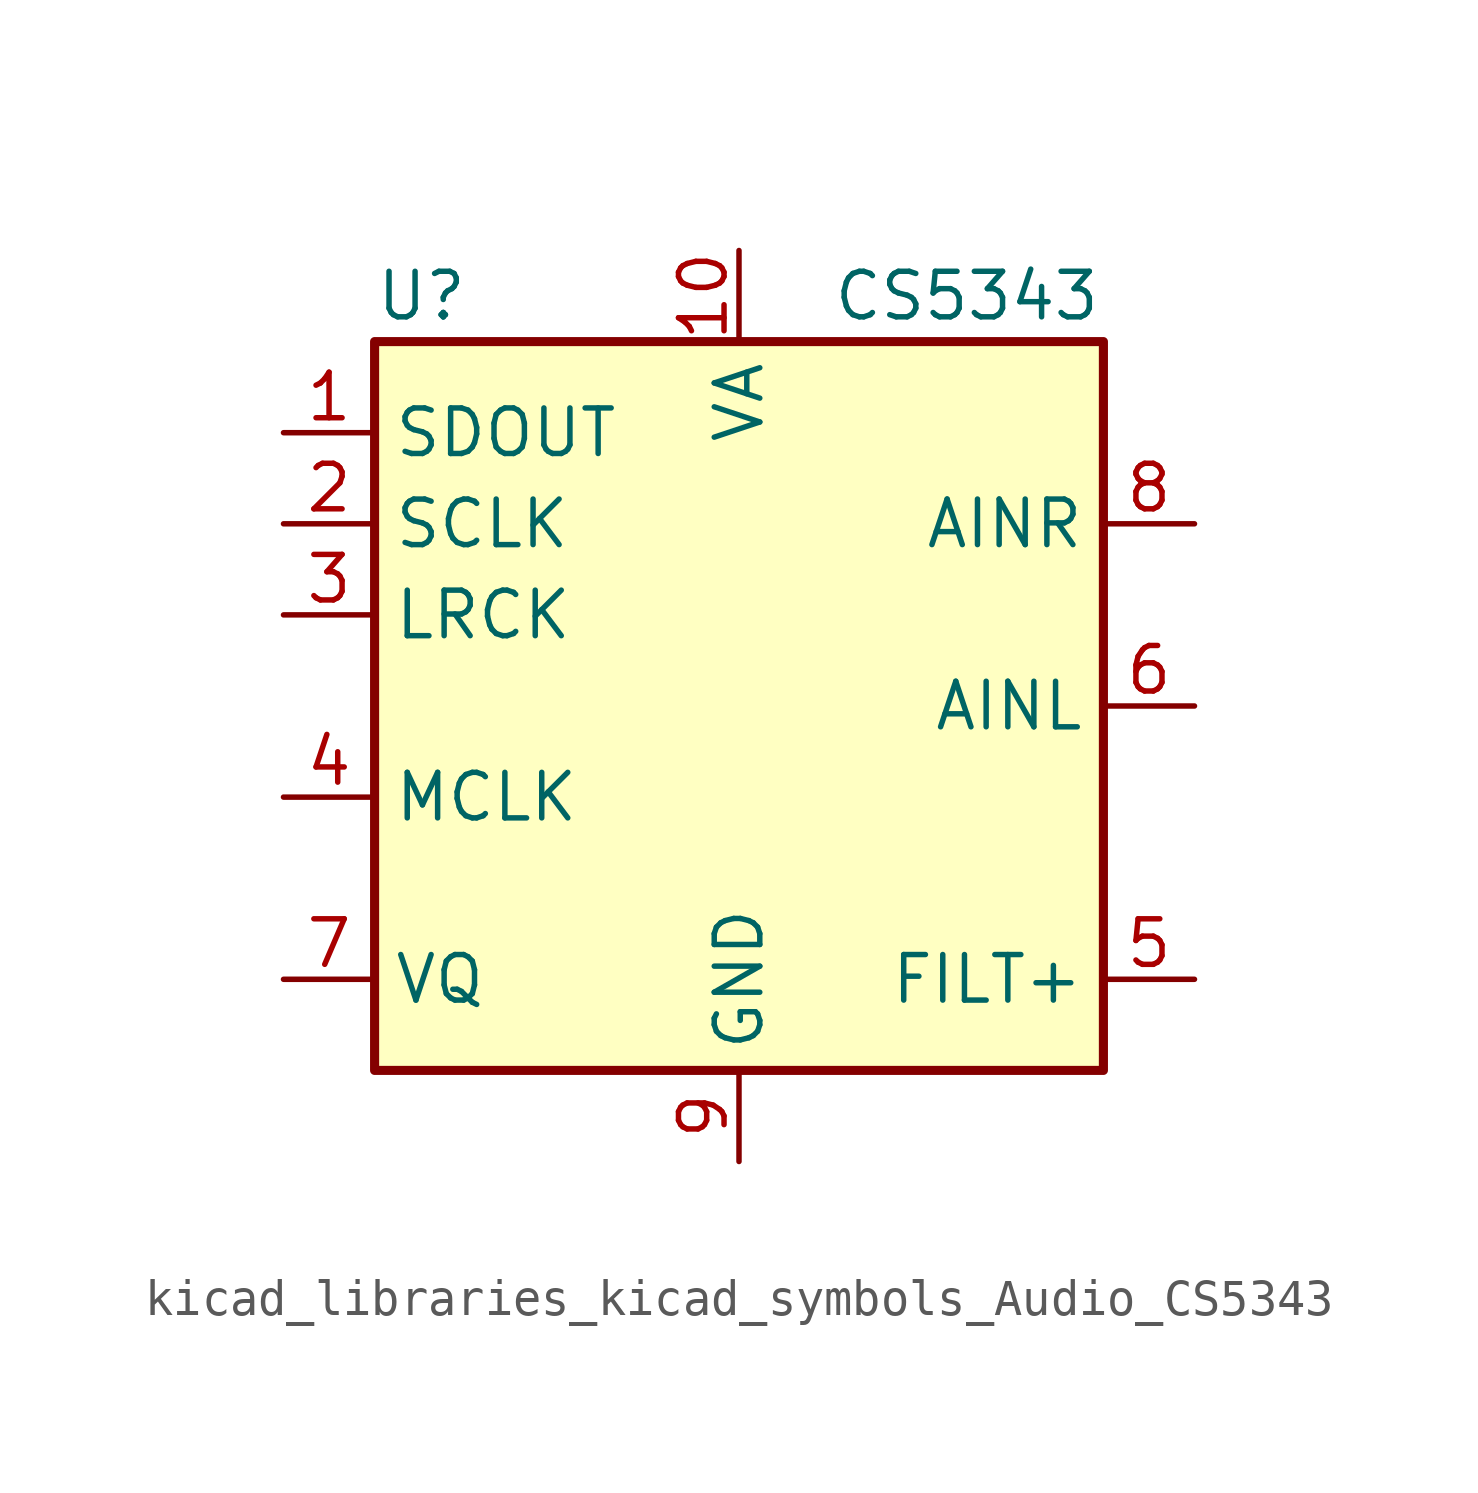
<source format=kicad_sym>
(kicad_symbol_lib
  (version 20220914)
  (generator kicad_symbol_editor)
  (symbol "kicad_libraries_kicad_symbols_Audio_CS5343"
    (property "Reference" "U"
      (at -10.16 11.43 0)
      (effects (font (size 1.27 1.27)) (justify left)))
    (property "Value" "CS5343"
      (at 6.35 11.43 0)
      (effects (font (size 1.27 1.27))))
    (symbol "kicad_libraries_kicad_symbols_Audio_CS5343_0_1"
      (rectangle (start -10.16 10.16) (end 10.16 -10.16) (stroke (width 0.254) (type default)) (fill (type background))))
    (symbol "kicad_libraries_kicad_symbols_Audio_CS5343_1_1"
      (pin output line (at -12.7 7.62 0) (length 2.54) (name "SDOUT" (effects (font (size 1.27 1.27)))) (number "1" (effects (font (size 1.27 1.27)))))
      (pin power_in line (at 0 12.7 270) (length 2.54) (name "VA" (effects (font (size 1.27 1.27)))) (number "10" (effects (font (size 1.27 1.27)))))
      (pin bidirectional line (at -12.7 5.08 0) (length 2.54) (name "SCLK" (effects (font (size 1.27 1.27)))) (number "2" (effects (font (size 1.27 1.27)))))
      (pin bidirectional line (at -12.7 2.54 0) (length 2.54) (name "LRCK" (effects (font (size 1.27 1.27)))) (number "3" (effects (font (size 1.27 1.27)))))
      (pin input line (at -12.7 -2.54 0) (length 2.54) (name "MCLK" (effects (font (size 1.27 1.27)))) (number "4" (effects (font (size 1.27 1.27)))))
      (pin output line (at 12.7 -7.62 180) (length 2.54) (name "FILT+" (effects (font (size 1.27 1.27)))) (number "5" (effects (font (size 1.27 1.27)))))
      (pin input line (at 12.7 0 180) (length 2.54) (name "AINL" (effects (font (size 1.27 1.27)))) (number "6" (effects (font (size 1.27 1.27)))))
      (pin output line (at -12.7 -7.62 0) (length 2.54) (name "VQ" (effects (font (size 1.27 1.27)))) (number "7" (effects (font (size 1.27 1.27)))))
      (pin input line (at 12.7 5.08 180) (length 2.54) (name "AINR" (effects (font (size 1.27 1.27)))) (number "8" (effects (font (size 1.27 1.27)))))
      (pin power_in line (at 0 -12.7 90) (length 2.54) (name "GND" (effects (font (size 1.27 1.27)))) (number "9" (effects (font (size 1.27 1.27))))))))
</source>
